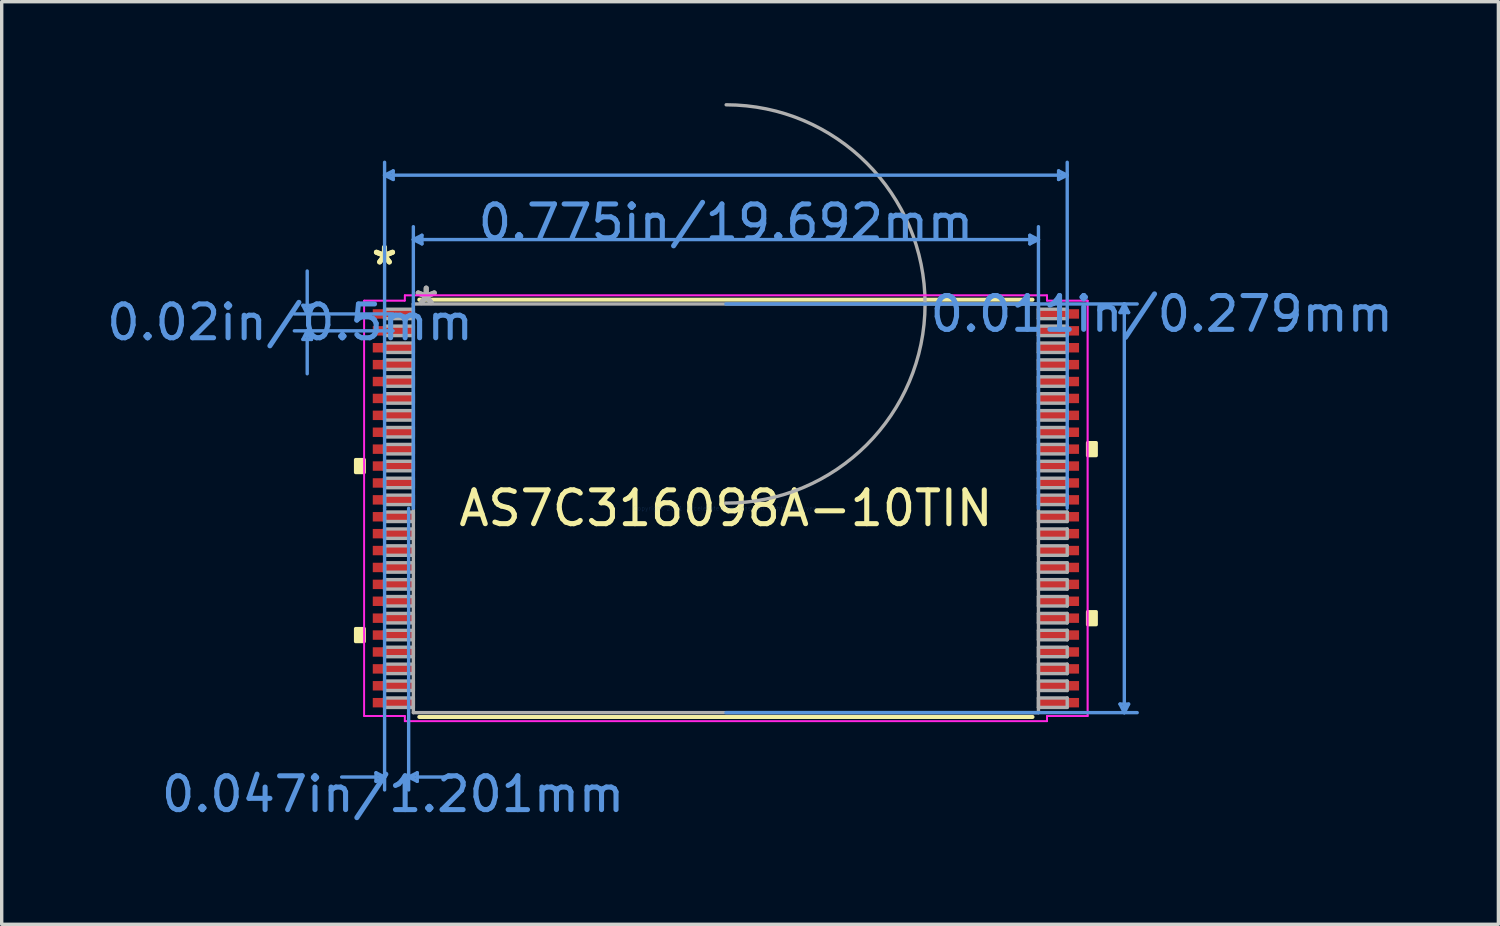
<source format=kicad_pcb>
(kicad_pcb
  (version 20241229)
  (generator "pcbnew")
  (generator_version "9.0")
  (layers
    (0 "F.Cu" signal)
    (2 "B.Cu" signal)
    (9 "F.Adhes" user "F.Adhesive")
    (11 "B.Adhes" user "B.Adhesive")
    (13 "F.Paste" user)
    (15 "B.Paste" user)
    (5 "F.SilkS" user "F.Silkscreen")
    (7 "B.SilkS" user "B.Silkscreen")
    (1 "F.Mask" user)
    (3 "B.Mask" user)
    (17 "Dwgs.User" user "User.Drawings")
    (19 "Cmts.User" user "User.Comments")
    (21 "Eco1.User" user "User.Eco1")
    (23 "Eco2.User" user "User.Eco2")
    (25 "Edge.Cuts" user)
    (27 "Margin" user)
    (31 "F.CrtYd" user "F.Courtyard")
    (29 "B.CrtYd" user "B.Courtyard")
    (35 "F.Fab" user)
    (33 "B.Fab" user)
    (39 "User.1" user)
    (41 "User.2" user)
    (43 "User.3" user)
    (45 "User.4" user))
  (footprint "AS7C316098A-10TIN"
    (layer "F.Cu")
    (at 18.424 11.987)
    (property "Reference" "AS7C316098A-10TIN" (at 0 0 0) (layer "F.SilkS") (effects (font (size 1 1) (thickness 0.15))))
    (attr through_hole)
    (fp_line (start -9.07 6.172) (end 9.07 6.172) (stroke (width 0.12) (type solid)) (layer "F.SilkS"))
    (fp_line (start 9.07 -6.172) (end -9.07 -6.172) (stroke (width 0.12) (type solid)) (layer "F.SilkS"))
    (fp_poly (pts (xy -10.954 -1.44) (xy -10.954 -1.06) (xy -10.7 -1.06) (xy -10.7 -1.44)) (stroke (width 0.1) (type solid)) (fill yes) (layer "F.SilkS"))
    (fp_poly (pts (xy -10.954 3.559) (xy -10.954 3.941) (xy -10.7 3.941) (xy -10.7 3.559)) (stroke (width 0.1) (type solid)) (fill yes) (layer "F.SilkS"))
    (fp_poly (pts (xy 10.954 -1.941) (xy 10.954 -1.56) (xy 10.7 -1.56) (xy 10.7 -1.941)) (stroke (width 0.1) (type solid)) (fill yes) (layer "F.SilkS"))
    (fp_poly (pts (xy 10.954 3.06) (xy 10.954 3.441) (xy 10.7 3.441) (xy 10.7 3.06)) (stroke (width 0.1) (type solid)) (fill yes) (layer "F.SilkS"))
    (fp_line (start -12.513 -6.004) (end -12.259 -6.004) (stroke (width 0.1) (type solid)) (layer "Cmts.User"))
    (fp_line (start -12.513 -4.996) (end -12.259 -4.996) (stroke (width 0.1) (type solid)) (layer "Cmts.User"))
    (fp_line (start -12.386 -5.75) (end -12.513 -6.004) (stroke (width 0.1) (type solid)) (layer "Cmts.User"))
    (fp_line (start -12.386 -5.75) (end -12.386 -7.02) (stroke (width 0.1) (type solid)) (layer "Cmts.User"))
    (fp_line (start -12.386 -5.75) (end -12.259 -6.004) (stroke (width 0.1) (type solid)) (layer "Cmts.User"))
    (fp_line (start -12.386 -5.25) (end -12.513 -4.996) (stroke (width 0.1) (type solid)) (layer "Cmts.User"))
    (fp_line (start -12.386 -5.25) (end -12.386 -3.98) (stroke (width 0.1) (type solid)) (layer "Cmts.User"))
    (fp_line (start -12.386 -5.25) (end -12.259 -4.996) (stroke (width 0.1) (type solid)) (layer "Cmts.User"))
    (fp_line (start -10.351 7.823) (end -10.351 8.077) (stroke (width 0.1) (type solid)) (layer "Cmts.User"))
    (fp_line (start -10.097 -9.855) (end -9.842 -9.982) (stroke (width 0.1) (type solid)) (layer "Cmts.User"))
    (fp_line (start -10.097 -9.855) (end -9.842 -9.728) (stroke (width 0.1) (type solid)) (layer "Cmts.User"))
    (fp_line (start -10.097 -9.855) (end 10.097 -9.855) (stroke (width 0.1) (type solid)) (layer "Cmts.User"))
    (fp_line (start -10.097 0) (end -10.097 -10.236) (stroke (width 0.1) (type solid)) (layer "Cmts.User"))
    (fp_line (start -10.097 0) (end -10.097 8.331) (stroke (width 0.1) (type solid)) (layer "Cmts.User"))
    (fp_line (start -10.097 7.95) (end -11.367 7.95) (stroke (width 0.1) (type solid)) (layer "Cmts.User"))
    (fp_line (start -10.097 7.95) (end -10.351 7.823) (stroke (width 0.1) (type solid)) (layer "Cmts.User"))
    (fp_line (start -10.097 7.95) (end -10.351 8.077) (stroke (width 0.1) (type solid)) (layer "Cmts.User"))
    (fp_line (start -9.846 -5.75) (end -12.767 -5.75) (stroke (width 0.1) (type solid)) (layer "Cmts.User"))
    (fp_line (start -9.846 -5.25) (end -12.767 -5.25) (stroke (width 0.1) (type solid)) (layer "Cmts.User"))
    (fp_line (start -9.842 -9.982) (end -9.842 -9.728) (stroke (width 0.1) (type solid)) (layer "Cmts.User"))
    (fp_line (start -9.385 0) (end -9.385 8.331) (stroke (width 0.1) (type solid)) (layer "Cmts.User"))
    (fp_line (start -9.385 7.95) (end -9.131 7.823) (stroke (width 0.1) (type solid)) (layer "Cmts.User"))
    (fp_line (start -9.385 7.95) (end -9.131 8.077) (stroke (width 0.1) (type solid)) (layer "Cmts.User"))
    (fp_line (start -9.385 7.95) (end -8.115 7.95) (stroke (width 0.1) (type solid)) (layer "Cmts.User"))
    (fp_line (start -9.246 -7.95) (end -8.992 -8.077) (stroke (width 0.1) (type solid)) (layer "Cmts.User"))
    (fp_line (start -9.246 -7.95) (end -8.992 -7.823) (stroke (width 0.1) (type solid)) (layer "Cmts.User"))
    (fp_line (start -9.246 -7.95) (end 9.246 -7.95) (stroke (width 0.1) (type solid)) (layer "Cmts.User"))
    (fp_line (start -9.246 0) (end -9.246 -8.331) (stroke (width 0.1) (type solid)) (layer "Cmts.User"))
    (fp_line (start -9.131 7.823) (end -9.131 8.077) (stroke (width 0.1) (type solid)) (layer "Cmts.User"))
    (fp_line (start -8.992 -8.077) (end -8.992 -7.823) (stroke (width 0.1) (type solid)) (layer "Cmts.User"))
    (fp_line (start 0 -6.045) (end 12.167 -6.045) (stroke (width 0.1) (type solid)) (layer "Cmts.User"))
    (fp_line (start 0 6.045) (end 12.167 6.045) (stroke (width 0.1) (type solid)) (layer "Cmts.User"))
    (fp_line (start 8.992 -8.077) (end 8.992 -7.823) (stroke (width 0.1) (type solid)) (layer "Cmts.User"))
    (fp_line (start 9.246 -7.95) (end 8.992 -8.077) (stroke (width 0.1) (type solid)) (layer "Cmts.User"))
    (fp_line (start 9.246 -7.95) (end 8.992 -7.823) (stroke (width 0.1) (type solid)) (layer "Cmts.User"))
    (fp_line (start 9.246 0) (end 9.246 -8.331) (stroke (width 0.1) (type solid)) (layer "Cmts.User"))
    (fp_line (start 9.842 -9.982) (end 9.842 -9.728) (stroke (width 0.1) (type solid)) (layer "Cmts.User"))
    (fp_line (start 10.097 -9.855) (end 9.842 -9.982) (stroke (width 0.1) (type solid)) (layer "Cmts.User"))
    (fp_line (start 10.097 -9.855) (end 9.842 -9.728) (stroke (width 0.1) (type solid)) (layer "Cmts.User"))
    (fp_line (start 10.097 0) (end 10.097 -10.236) (stroke (width 0.1) (type solid)) (layer "Cmts.User"))
    (fp_line (start 11.659 -5.791) (end 11.913 -5.791) (stroke (width 0.1) (type solid)) (layer "Cmts.User"))
    (fp_line (start 11.659 5.791) (end 11.913 5.791) (stroke (width 0.1) (type solid)) (layer "Cmts.User"))
    (fp_line (start 11.786 -6.045) (end 11.659 -5.791) (stroke (width 0.1) (type solid)) (layer "Cmts.User"))
    (fp_line (start 11.786 -6.045) (end 11.786 6.045) (stroke (width 0.1) (type solid)) (layer "Cmts.User"))
    (fp_line (start 11.786 -6.045) (end 11.913 -5.791) (stroke (width 0.1) (type solid)) (layer "Cmts.User"))
    (fp_line (start 11.786 6.045) (end 11.659 5.791) (stroke (width 0.1) (type solid)) (layer "Cmts.User"))
    (fp_line (start 11.786 6.045) (end 11.913 5.791) (stroke (width 0.1) (type solid)) (layer "Cmts.User"))
    (fp_line (start -10.7 -6.144) (end -9.5 -6.144) (stroke (width 0.05) (type solid)) (layer "F.CrtYd"))
    (fp_line (start -10.7 -6.144) (end -9.5 -6.144) (stroke (width 0.05) (type solid)) (layer "F.CrtYd"))
    (fp_line (start -10.7 6.144) (end -10.7 -6.144) (stroke (width 0.05) (type solid)) (layer "F.CrtYd"))
    (fp_line (start -10.7 6.144) (end -10.7 -6.144) (stroke (width 0.05) (type solid)) (layer "F.CrtYd"))
    (fp_line (start -10.7 6.144) (end -9.5 6.144) (stroke (width 0.05) (type solid)) (layer "F.CrtYd"))
    (fp_line (start -9.5 -6.299) (end 9.5 -6.299) (stroke (width 0.05) (type solid)) (layer "F.CrtYd"))
    (fp_line (start -9.5 -6.299) (end 9.5 -6.299) (stroke (width 0.05) (type solid)) (layer "F.CrtYd"))
    (fp_line (start -9.5 -6.144) (end -9.5 -6.299) (stroke (width 0.05) (type solid)) (layer "F.CrtYd"))
    (fp_line (start -9.5 -6.144) (end -9.5 -6.299) (stroke (width 0.05) (type solid)) (layer "F.CrtYd"))
    (fp_line (start -9.5 6.144) (end -10.7 6.144) (stroke (width 0.05) (type solid)) (layer "F.CrtYd"))
    (fp_line (start -9.5 6.299) (end -9.5 6.144) (stroke (width 0.05) (type solid)) (layer "F.CrtYd"))
    (fp_line (start -9.5 6.299) (end -9.5 6.144) (stroke (width 0.05) (type solid)) (layer "F.CrtYd"))
    (fp_line (start 9.5 -6.299) (end 9.5 -6.144) (stroke (width 0.05) (type solid)) (layer "F.CrtYd"))
    (fp_line (start 9.5 -6.299) (end 9.5 -6.144) (stroke (width 0.05) (type solid)) (layer "F.CrtYd"))
    (fp_line (start 9.5 -6.144) (end 10.7 -6.144) (stroke (width 0.05) (type solid)) (layer "F.CrtYd"))
    (fp_line (start 9.5 6.144) (end 9.5 6.299) (stroke (width 0.05) (type solid)) (layer "F.CrtYd"))
    (fp_line (start 9.5 6.144) (end 9.5 6.299) (stroke (width 0.05) (type solid)) (layer "F.CrtYd"))
    (fp_line (start 9.5 6.299) (end -9.5 6.299) (stroke (width 0.05) (type solid)) (layer "F.CrtYd"))
    (fp_line (start 9.5 6.299) (end -9.5 6.299) (stroke (width 0.05) (type solid)) (layer "F.CrtYd"))
    (fp_line (start 10.7 -6.144) (end 9.5 -6.144) (stroke (width 0.05) (type solid)) (layer "F.CrtYd"))
    (fp_line (start 10.7 -6.144) (end 10.7 6.144) (stroke (width 0.05) (type solid)) (layer "F.CrtYd"))
    (fp_line (start 10.7 -6.144) (end 10.7 6.144) (stroke (width 0.05) (type solid)) (layer "F.CrtYd"))
    (fp_line (start 10.7 6.144) (end 9.5 6.144) (stroke (width 0.05) (type solid)) (layer "F.CrtYd"))
    (fp_line (start 10.7 6.144) (end 9.5 6.144) (stroke (width 0.05) (type solid)) (layer "F.CrtYd"))
    (fp_line (start -10.097 -5.89) (end -10.097 -5.61) (stroke (width 0.1) (type solid)) (layer "F.Fab"))
    (fp_line (start -10.097 -5.61) (end -9.246 -5.61) (stroke (width 0.1) (type solid)) (layer "F.Fab"))
    (fp_line (start -10.097 -5.39) (end -10.097 -5.11) (stroke (width 0.1) (type solid)) (layer "F.Fab"))
    (fp_line (start -10.097 -5.11) (end -9.246 -5.11) (stroke (width 0.1) (type solid)) (layer "F.Fab"))
    (fp_line (start -10.097 -4.89) (end -10.097 -4.61) (stroke (width 0.1) (type solid)) (layer "F.Fab"))
    (fp_line (start -10.097 -4.61) (end -9.246 -4.61) (stroke (width 0.1) (type solid)) (layer "F.Fab"))
    (fp_line (start -10.097 -4.39) (end -10.097 -4.11) (stroke (width 0.1) (type solid)) (layer "F.Fab"))
    (fp_line (start -10.097 -4.11) (end -9.246 -4.11) (stroke (width 0.1) (type solid)) (layer "F.Fab"))
    (fp_line (start -10.097 -3.89) (end -10.097 -3.61) (stroke (width 0.1) (type solid)) (layer "F.Fab"))
    (fp_line (start -10.097 -3.61) (end -9.246 -3.61) (stroke (width 0.1) (type solid)) (layer "F.Fab"))
    (fp_line (start -10.097 -3.39) (end -10.097 -3.11) (stroke (width 0.1) (type solid)) (layer "F.Fab"))
    (fp_line (start -10.097 -3.11) (end -9.246 -3.11) (stroke (width 0.1) (type solid)) (layer "F.Fab"))
    (fp_line (start -10.097 -2.89) (end -10.097 -2.61) (stroke (width 0.1) (type solid)) (layer "F.Fab"))
    (fp_line (start -10.097 -2.61) (end -9.246 -2.61) (stroke (width 0.1) (type solid)) (layer "F.Fab"))
    (fp_line (start -10.097 -2.39) (end -10.097 -2.11) (stroke (width 0.1) (type solid)) (layer "F.Fab"))
    (fp_line (start -10.097 -2.11) (end -9.246 -2.11) (stroke (width 0.1) (type solid)) (layer "F.Fab"))
    (fp_line (start -10.097 -1.89) (end -10.097 -1.61) (stroke (width 0.1) (type solid)) (layer "F.Fab"))
    (fp_line (start -10.097 -1.61) (end -9.246 -1.61) (stroke (width 0.1) (type solid)) (layer "F.Fab"))
    (fp_line (start -10.097 -1.39) (end -10.097 -1.11) (stroke (width 0.1) (type solid)) (layer "F.Fab"))
    (fp_line (start -10.097 -1.11) (end -9.246 -1.11) (stroke (width 0.1) (type solid)) (layer "F.Fab"))
    (fp_line (start -10.097 -0.89) (end -10.097 -0.61) (stroke (width 0.1) (type solid)) (layer "F.Fab"))
    (fp_line (start -10.097 -0.61) (end -9.246 -0.61) (stroke (width 0.1) (type solid)) (layer "F.Fab"))
    (fp_line (start -10.097 -0.39) (end -10.097 -0.11) (stroke (width 0.1) (type solid)) (layer "F.Fab"))
    (fp_line (start -10.097 -0.11) (end -9.246 -0.11) (stroke (width 0.1) (type solid)) (layer "F.Fab"))
    (fp_line (start -10.097 0.11) (end -10.097 0.39) (stroke (width 0.1) (type solid)) (layer "F.Fab"))
    (fp_line (start -10.097 0.39) (end -9.246 0.39) (stroke (width 0.1) (type solid)) (layer "F.Fab"))
    (fp_line (start -10.097 0.61) (end -10.097 0.89) (stroke (width 0.1) (type solid)) (layer "F.Fab"))
    (fp_line (start -10.097 0.89) (end -9.246 0.89) (stroke (width 0.1) (type solid)) (layer "F.Fab"))
    (fp_line (start -10.097 1.11) (end -10.097 1.39) (stroke (width 0.1) (type solid)) (layer "F.Fab"))
    (fp_line (start -10.097 1.39) (end -9.246 1.39) (stroke (width 0.1) (type solid)) (layer "F.Fab"))
    (fp_line (start -10.097 1.61) (end -10.097 1.89) (stroke (width 0.1) (type solid)) (layer "F.Fab"))
    (fp_line (start -10.097 1.89) (end -9.246 1.89) (stroke (width 0.1) (type solid)) (layer "F.Fab"))
    (fp_line (start -10.097 2.11) (end -10.097 2.39) (stroke (width 0.1) (type solid)) (layer "F.Fab"))
    (fp_line (start -10.097 2.39) (end -9.246 2.39) (stroke (width 0.1) (type solid)) (layer "F.Fab"))
    (fp_line (start -10.097 2.61) (end -10.097 2.89) (stroke (width 0.1) (type solid)) (layer "F.Fab"))
    (fp_line (start -10.097 2.89) (end -9.246 2.89) (stroke (width 0.1) (type solid)) (layer "F.Fab"))
    (fp_line (start -10.097 3.11) (end -10.097 3.39) (stroke (width 0.1) (type solid)) (layer "F.Fab"))
    (fp_line (start -10.097 3.39) (end -9.246 3.39) (stroke (width 0.1) (type solid)) (layer "F.Fab"))
    (fp_line (start -10.097 3.61) (end -10.097 3.89) (stroke (width 0.1) (type solid)) (layer "F.Fab"))
    (fp_line (start -10.097 3.89) (end -9.246 3.89) (stroke (width 0.1) (type solid)) (layer "F.Fab"))
    (fp_line (start -10.097 4.11) (end -10.097 4.39) (stroke (width 0.1) (type solid)) (layer "F.Fab"))
    (fp_line (start -10.097 4.39) (end -9.246 4.39) (stroke (width 0.1) (type solid)) (layer "F.Fab"))
    (fp_line (start -10.097 4.61) (end -10.097 4.89) (stroke (width 0.1) (type solid)) (layer "F.Fab"))
    (fp_line (start -10.097 4.89) (end -9.246 4.89) (stroke (width 0.1) (type solid)) (layer "F.Fab"))
    (fp_line (start -10.097 5.11) (end -10.097 5.39) (stroke (width 0.1) (type solid)) (layer "F.Fab"))
    (fp_line (start -10.097 5.39) (end -9.246 5.39) (stroke (width 0.1) (type solid)) (layer "F.Fab"))
    (fp_line (start -10.097 5.61) (end -10.097 5.89) (stroke (width 0.1) (type solid)) (layer "F.Fab"))
    (fp_line (start -10.097 5.89) (end -9.246 5.89) (stroke (width 0.1) (type solid)) (layer "F.Fab"))
    (fp_line (start -9.246 -6.045) (end -9.246 6.045) (stroke (width 0.1) (type solid)) (layer "F.Fab"))
    (fp_line (start -9.246 -5.89) (end -10.097 -5.89) (stroke (width 0.1) (type solid)) (layer "F.Fab"))
    (fp_line (start -9.246 -5.61) (end -9.246 -5.89) (stroke (width 0.1) (type solid)) (layer "F.Fab"))
    (fp_line (start -9.246 -5.39) (end -10.097 -5.39) (stroke (width 0.1) (type solid)) (layer "F.Fab"))
    (fp_line (start -9.246 -5.11) (end -9.246 -5.39) (stroke (width 0.1) (type solid)) (layer "F.Fab"))
    (fp_line (start -9.246 -4.89) (end -10.097 -4.89) (stroke (width 0.1) (type solid)) (layer "F.Fab"))
    (fp_line (start -9.246 -4.61) (end -9.246 -4.89) (stroke (width 0.1) (type solid)) (layer "F.Fab"))
    (fp_line (start -9.246 -4.39) (end -10.097 -4.39) (stroke (width 0.1) (type solid)) (layer "F.Fab"))
    (fp_line (start -9.246 -4.11) (end -9.246 -4.39) (stroke (width 0.1) (type solid)) (layer "F.Fab"))
    (fp_line (start -9.246 -3.89) (end -10.097 -3.89) (stroke (width 0.1) (type solid)) (layer "F.Fab"))
    (fp_line (start -9.246 -3.61) (end -9.246 -3.89) (stroke (width 0.1) (type solid)) (layer "F.Fab"))
    (fp_line (start -9.246 -3.39) (end -10.097 -3.39) (stroke (width 0.1) (type solid)) (layer "F.Fab"))
    (fp_line (start -9.246 -3.11) (end -9.246 -3.39) (stroke (width 0.1) (type solid)) (layer "F.Fab"))
    (fp_line (start -9.246 -2.89) (end -10.097 -2.89) (stroke (width 0.1) (type solid)) (layer "F.Fab"))
    (fp_line (start -9.246 -2.61) (end -9.246 -2.89) (stroke (width 0.1) (type solid)) (layer "F.Fab"))
    (fp_line (start -9.246 -2.39) (end -10.097 -2.39) (stroke (width 0.1) (type solid)) (layer "F.Fab"))
    (fp_line (start -9.246 -2.11) (end -9.246 -2.39) (stroke (width 0.1) (type solid)) (layer "F.Fab"))
    (fp_line (start -9.246 -1.89) (end -10.097 -1.89) (stroke (width 0.1) (type solid)) (layer "F.Fab"))
    (fp_line (start -9.246 -1.61) (end -9.246 -1.89) (stroke (width 0.1) (type solid)) (layer "F.Fab"))
    (fp_line (start -9.246 -1.39) (end -10.097 -1.39) (stroke (width 0.1) (type solid)) (layer "F.Fab"))
    (fp_line (start -9.246 -1.11) (end -9.246 -1.39) (stroke (width 0.1) (type solid)) (layer "F.Fab"))
    (fp_line (start -9.246 -0.89) (end -10.097 -0.89) (stroke (width 0.1) (type solid)) (layer "F.Fab"))
    (fp_line (start -9.246 -0.61) (end -9.246 -0.89) (stroke (width 0.1) (type solid)) (layer "F.Fab"))
    (fp_line (start -9.246 -0.39) (end -10.097 -0.39) (stroke (width 0.1) (type solid)) (layer "F.Fab"))
    (fp_line (start -9.246 -0.11) (end -9.246 -0.39) (stroke (width 0.1) (type solid)) (layer "F.Fab"))
    (fp_line (start -9.246 0.11) (end -10.097 0.11) (stroke (width 0.1) (type solid)) (layer "F.Fab"))
    (fp_line (start -9.246 0.39) (end -9.246 0.11) (stroke (width 0.1) (type solid)) (layer "F.Fab"))
    (fp_line (start -9.246 0.61) (end -10.097 0.61) (stroke (width 0.1) (type solid)) (layer "F.Fab"))
    (fp_line (start -9.246 0.89) (end -9.246 0.61) (stroke (width 0.1) (type solid)) (layer "F.Fab"))
    (fp_line (start -9.246 1.11) (end -10.097 1.11) (stroke (width 0.1) (type solid)) (layer "F.Fab"))
    (fp_line (start -9.246 1.39) (end -9.246 1.11) (stroke (width 0.1) (type solid)) (layer "F.Fab"))
    (fp_line (start -9.246 1.61) (end -10.097 1.61) (stroke (width 0.1) (type solid)) (layer "F.Fab"))
    (fp_line (start -9.246 1.89) (end -9.246 1.61) (stroke (width 0.1) (type solid)) (layer "F.Fab"))
    (fp_line (start -9.246 2.11) (end -10.097 2.11) (stroke (width 0.1) (type solid)) (layer "F.Fab"))
    (fp_line (start -9.246 2.39) (end -9.246 2.11) (stroke (width 0.1) (type solid)) (layer "F.Fab"))
    (fp_line (start -9.246 2.61) (end -10.097 2.61) (stroke (width 0.1) (type solid)) (layer "F.Fab"))
    (fp_line (start -9.246 2.89) (end -9.246 2.61) (stroke (width 0.1) (type solid)) (layer "F.Fab"))
    (fp_line (start -9.246 3.11) (end -10.097 3.11) (stroke (width 0.1) (type solid)) (layer "F.Fab"))
    (fp_line (start -9.246 3.39) (end -9.246 3.11) (stroke (width 0.1) (type solid)) (layer "F.Fab"))
    (fp_line (start -9.246 3.61) (end -10.097 3.61) (stroke (width 0.1) (type solid)) (layer "F.Fab"))
    (fp_line (start -9.246 3.89) (end -9.246 3.61) (stroke (width 0.1) (type solid)) (layer "F.Fab"))
    (fp_line (start -9.246 4.11) (end -10.097 4.11) (stroke (width 0.1) (type solid)) (layer "F.Fab"))
    (fp_line (start -9.246 4.39) (end -9.246 4.11) (stroke (width 0.1) (type solid)) (layer "F.Fab"))
    (fp_line (start -9.246 4.61) (end -10.097 4.61) (stroke (width 0.1) (type solid)) (layer "F.Fab"))
    (fp_line (start -9.246 4.89) (end -9.246 4.61) (stroke (width 0.1) (type solid)) (layer "F.Fab"))
    (fp_line (start -9.246 5.11) (end -10.097 5.11) (stroke (width 0.1) (type solid)) (layer "F.Fab"))
    (fp_line (start -9.246 5.39) (end -9.246 5.11) (stroke (width 0.1) (type solid)) (layer "F.Fab"))
    (fp_line (start -9.246 5.61) (end -10.097 5.61) (stroke (width 0.1) (type solid)) (layer "F.Fab"))
    (fp_line (start -9.246 5.89) (end -9.246 5.61) (stroke (width 0.1) (type solid)) (layer "F.Fab"))
    (fp_line (start -9.246 6.045) (end 9.246 6.045) (stroke (width 0.1) (type solid)) (layer "F.Fab"))
    (fp_line (start 9.246 -6.045) (end -9.246 -6.045) (stroke (width 0.1) (type solid)) (layer "F.Fab"))
    (fp_line (start 9.246 -5.89) (end 9.246 -5.61) (stroke (width 0.1) (type solid)) (layer "F.Fab"))
    (fp_line (start 9.246 -5.61) (end 10.097 -5.61) (stroke (width 0.1) (type solid)) (layer "F.Fab"))
    (fp_line (start 9.246 -5.39) (end 9.246 -5.11) (stroke (width 0.1) (type solid)) (layer "F.Fab"))
    (fp_line (start 9.246 -5.11) (end 10.097 -5.11) (stroke (width 0.1) (type solid)) (layer "F.Fab"))
    (fp_line (start 9.246 -4.89) (end 9.246 -4.61) (stroke (width 0.1) (type solid)) (layer "F.Fab"))
    (fp_line (start 9.246 -4.61) (end 10.097 -4.61) (stroke (width 0.1) (type solid)) (layer "F.Fab"))
    (fp_line (start 9.246 -4.39) (end 9.246 -4.11) (stroke (width 0.1) (type solid)) (layer "F.Fab"))
    (fp_line (start 9.246 -4.11) (end 10.097 -4.11) (stroke (width 0.1) (type solid)) (layer "F.Fab"))
    (fp_line (start 9.246 -3.89) (end 9.246 -3.61) (stroke (width 0.1) (type solid)) (layer "F.Fab"))
    (fp_line (start 9.246 -3.61) (end 10.097 -3.61) (stroke (width 0.1) (type solid)) (layer "F.Fab"))
    (fp_line (start 9.246 -3.39) (end 9.246 -3.11) (stroke (width 0.1) (type solid)) (layer "F.Fab"))
    (fp_line (start 9.246 -3.11) (end 10.097 -3.11) (stroke (width 0.1) (type solid)) (layer "F.Fab"))
    (fp_line (start 9.246 -2.89) (end 9.246 -2.61) (stroke (width 0.1) (type solid)) (layer "F.Fab"))
    (fp_line (start 9.246 -2.61) (end 10.097 -2.61) (stroke (width 0.1) (type solid)) (layer "F.Fab"))
    (fp_line (start 9.246 -2.39) (end 9.246 -2.11) (stroke (width 0.1) (type solid)) (layer "F.Fab"))
    (fp_line (start 9.246 -2.11) (end 10.097 -2.11) (stroke (width 0.1) (type solid)) (layer "F.Fab"))
    (fp_line (start 9.246 -1.89) (end 9.246 -1.61) (stroke (width 0.1) (type solid)) (layer "F.Fab"))
    (fp_line (start 9.246 -1.61) (end 10.097 -1.61) (stroke (width 0.1) (type solid)) (layer "F.Fab"))
    (fp_line (start 9.246 -1.39) (end 9.246 -1.11) (stroke (width 0.1) (type solid)) (layer "F.Fab"))
    (fp_line (start 9.246 -1.11) (end 10.097 -1.11) (stroke (width 0.1) (type solid)) (layer "F.Fab"))
    (fp_line (start 9.246 -0.89) (end 9.246 -0.61) (stroke (width 0.1) (type solid)) (layer "F.Fab"))
    (fp_line (start 9.246 -0.61) (end 10.097 -0.61) (stroke (width 0.1) (type solid)) (layer "F.Fab"))
    (fp_line (start 9.246 -0.39) (end 9.246 -0.11) (stroke (width 0.1) (type solid)) (layer "F.Fab"))
    (fp_line (start 9.246 -0.11) (end 10.097 -0.11) (stroke (width 0.1) (type solid)) (layer "F.Fab"))
    (fp_line (start 9.246 0.11) (end 9.246 0.39) (stroke (width 0.1) (type solid)) (layer "F.Fab"))
    (fp_line (start 9.246 0.39) (end 10.097 0.39) (stroke (width 0.1) (type solid)) (layer "F.Fab"))
    (fp_line (start 9.246 0.61) (end 9.246 0.89) (stroke (width 0.1) (type solid)) (layer "F.Fab"))
    (fp_line (start 9.246 0.89) (end 10.097 0.89) (stroke (width 0.1) (type solid)) (layer "F.Fab"))
    (fp_line (start 9.246 1.11) (end 9.246 1.39) (stroke (width 0.1) (type solid)) (layer "F.Fab"))
    (fp_line (start 9.246 1.39) (end 10.097 1.39) (stroke (width 0.1) (type solid)) (layer "F.Fab"))
    (fp_line (start 9.246 1.61) (end 9.246 1.89) (stroke (width 0.1) (type solid)) (layer "F.Fab"))
    (fp_line (start 9.246 1.89) (end 10.097 1.89) (stroke (width 0.1) (type solid)) (layer "F.Fab"))
    (fp_line (start 9.246 2.11) (end 9.246 2.39) (stroke (width 0.1) (type solid)) (layer "F.Fab"))
    (fp_line (start 9.246 2.39) (end 10.097 2.39) (stroke (width 0.1) (type solid)) (layer "F.Fab"))
    (fp_line (start 9.246 2.61) (end 9.246 2.89) (stroke (width 0.1) (type solid)) (layer "F.Fab"))
    (fp_line (start 9.246 2.89) (end 10.097 2.89) (stroke (width 0.1) (type solid)) (layer "F.Fab"))
    (fp_line (start 9.246 3.11) (end 9.246 3.39) (stroke (width 0.1) (type solid)) (layer "F.Fab"))
    (fp_line (start 9.246 3.39) (end 10.097 3.39) (stroke (width 0.1) (type solid)) (layer "F.Fab"))
    (fp_line (start 9.246 3.61) (end 9.246 3.89) (stroke (width 0.1) (type solid)) (layer "F.Fab"))
    (fp_line (start 9.246 3.89) (end 10.097 3.89) (stroke (width 0.1) (type solid)) (layer "F.Fab"))
    (fp_line (start 9.246 4.11) (end 9.246 4.39) (stroke (width 0.1) (type solid)) (layer "F.Fab"))
    (fp_line (start 9.246 4.39) (end 10.097 4.39) (stroke (width 0.1) (type solid)) (layer "F.Fab"))
    (fp_line (start 9.246 4.61) (end 9.246 4.89) (stroke (width 0.1) (type solid)) (layer "F.Fab"))
    (fp_line (start 9.246 4.89) (end 10.097 4.89) (stroke (width 0.1) (type solid)) (layer "F.Fab"))
    (fp_line (start 9.246 5.11) (end 9.246 5.39) (stroke (width 0.1) (type solid)) (layer "F.Fab"))
    (fp_line (start 9.246 5.39) (end 10.097 5.39) (stroke (width 0.1) (type solid)) (layer "F.Fab"))
    (fp_line (start 9.246 5.61) (end 9.246 5.89) (stroke (width 0.1) (type solid)) (layer "F.Fab"))
    (fp_line (start 9.246 5.89) (end 10.097 5.89) (stroke (width 0.1) (type solid)) (layer "F.Fab"))
    (fp_line (start 9.246 6.045) (end 9.246 -6.045) (stroke (width 0.1) (type solid)) (layer "F.Fab"))
    (fp_line (start 10.097 -5.89) (end 9.246 -5.89) (stroke (width 0.1) (type solid)) (layer "F.Fab"))
    (fp_line (start 10.097 -5.61) (end 10.097 -5.89) (stroke (width 0.1) (type solid)) (layer "F.Fab"))
    (fp_line (start 10.097 -5.39) (end 9.246 -5.39) (stroke (width 0.1) (type solid)) (layer "F.Fab"))
    (fp_line (start 10.097 -5.11) (end 10.097 -5.39) (stroke (width 0.1) (type solid)) (layer "F.Fab"))
    (fp_line (start 10.097 -4.89) (end 9.246 -4.89) (stroke (width 0.1) (type solid)) (layer "F.Fab"))
    (fp_line (start 10.097 -4.61) (end 10.097 -4.89) (stroke (width 0.1) (type solid)) (layer "F.Fab"))
    (fp_line (start 10.097 -4.39) (end 9.246 -4.39) (stroke (width 0.1) (type solid)) (layer "F.Fab"))
    (fp_line (start 10.097 -4.11) (end 10.097 -4.39) (stroke (width 0.1) (type solid)) (layer "F.Fab"))
    (fp_line (start 10.097 -3.89) (end 9.246 -3.89) (stroke (width 0.1) (type solid)) (layer "F.Fab"))
    (fp_line (start 10.097 -3.61) (end 10.097 -3.89) (stroke (width 0.1) (type solid)) (layer "F.Fab"))
    (fp_line (start 10.097 -3.39) (end 9.246 -3.39) (stroke (width 0.1) (type solid)) (layer "F.Fab"))
    (fp_line (start 10.097 -3.11) (end 10.097 -3.39) (stroke (width 0.1) (type solid)) (layer "F.Fab"))
    (fp_line (start 10.097 -2.89) (end 9.246 -2.89) (stroke (width 0.1) (type solid)) (layer "F.Fab"))
    (fp_line (start 10.097 -2.61) (end 10.097 -2.89) (stroke (width 0.1) (type solid)) (layer "F.Fab"))
    (fp_line (start 10.097 -2.39) (end 9.246 -2.39) (stroke (width 0.1) (type solid)) (layer "F.Fab"))
    (fp_line (start 10.097 -2.11) (end 10.097 -2.39) (stroke (width 0.1) (type solid)) (layer "F.Fab"))
    (fp_line (start 10.097 -1.89) (end 9.246 -1.89) (stroke (width 0.1) (type solid)) (layer "F.Fab"))
    (fp_line (start 10.097 -1.61) (end 10.097 -1.89) (stroke (width 0.1) (type solid)) (layer "F.Fab"))
    (fp_line (start 10.097 -1.39) (end 9.246 -1.39) (stroke (width 0.1) (type solid)) (layer "F.Fab"))
    (fp_line (start 10.097 -1.11) (end 10.097 -1.39) (stroke (width 0.1) (type solid)) (layer "F.Fab"))
    (fp_line (start 10.097 -0.89) (end 9.246 -0.89) (stroke (width 0.1) (type solid)) (layer "F.Fab"))
    (fp_line (start 10.097 -0.61) (end 10.097 -0.89) (stroke (width 0.1) (type solid)) (layer "F.Fab"))
    (fp_line (start 10.097 -0.39) (end 9.246 -0.39) (stroke (width 0.1) (type solid)) (layer "F.Fab"))
    (fp_line (start 10.097 -0.11) (end 10.097 -0.39) (stroke (width 0.1) (type solid)) (layer "F.Fab"))
    (fp_line (start 10.097 0.11) (end 9.246 0.11) (stroke (width 0.1) (type solid)) (layer "F.Fab"))
    (fp_line (start 10.097 0.39) (end 10.097 0.11) (stroke (width 0.1) (type solid)) (layer "F.Fab"))
    (fp_line (start 10.097 0.61) (end 9.246 0.61) (stroke (width 0.1) (type solid)) (layer "F.Fab"))
    (fp_line (start 10.097 0.89) (end 10.097 0.61) (stroke (width 0.1) (type solid)) (layer "F.Fab"))
    (fp_line (start 10.097 1.11) (end 9.246 1.11) (stroke (width 0.1) (type solid)) (layer "F.Fab"))
    (fp_line (start 10.097 1.39) (end 10.097 1.11) (stroke (width 0.1) (type solid)) (layer "F.Fab"))
    (fp_line (start 10.097 1.61) (end 9.246 1.61) (stroke (width 0.1) (type solid)) (layer "F.Fab"))
    (fp_line (start 10.097 1.89) (end 10.097 1.61) (stroke (width 0.1) (type solid)) (layer "F.Fab"))
    (fp_line (start 10.097 2.11) (end 9.246 2.11) (stroke (width 0.1) (type solid)) (layer "F.Fab"))
    (fp_line (start 10.097 2.39) (end 10.097 2.11) (stroke (width 0.1) (type solid)) (layer "F.Fab"))
    (fp_line (start 10.097 2.61) (end 9.246 2.61) (stroke (width 0.1) (type solid)) (layer "F.Fab"))
    (fp_line (start 10.097 2.89) (end 10.097 2.61) (stroke (width 0.1) (type solid)) (layer "F.Fab"))
    (fp_line (start 10.097 3.11) (end 9.246 3.11) (stroke (width 0.1) (type solid)) (layer "F.Fab"))
    (fp_line (start 10.097 3.39) (end 10.097 3.11) (stroke (width 0.1) (type solid)) (layer "F.Fab"))
    (fp_line (start 10.097 3.61) (end 9.246 3.61) (stroke (width 0.1) (type solid)) (layer "F.Fab"))
    (fp_line (start 10.097 3.89) (end 10.097 3.61) (stroke (width 0.1) (type solid)) (layer "F.Fab"))
    (fp_line (start 10.097 4.11) (end 9.246 4.11) (stroke (width 0.1) (type solid)) (layer "F.Fab"))
    (fp_line (start 10.097 4.39) (end 10.097 4.11) (stroke (width 0.1) (type solid)) (layer "F.Fab"))
    (fp_line (start 10.097 4.61) (end 9.246 4.61) (stroke (width 0.1) (type solid)) (layer "F.Fab"))
    (fp_line (start 10.097 4.89) (end 10.097 4.61) (stroke (width 0.1) (type solid)) (layer "F.Fab"))
    (fp_line (start 10.097 5.11) (end 9.246 5.11) (stroke (width 0.1) (type solid)) (layer "F.Fab"))
    (fp_line (start 10.097 5.39) (end 10.097 5.11) (stroke (width 0.1) (type solid)) (layer "F.Fab"))
    (fp_line (start 10.097 5.61) (end 9.246 5.61) (stroke (width 0.1) (type solid)) (layer "F.Fab"))
    (fp_line (start 10.097 5.89) (end 10.097 5.61) (stroke (width 0.1) (type solid)) (layer "F.Fab"))
    (fp_arc (start 0.007742 -11.936852) (mid 5.891652 -6.037458) (end -0.007742 -0.153548) (stroke (width 0.1) (type solid)) (layer "F.Fab"))
    (fp_text user "*" (at -10.1 -7.172 0) (layer "F.SilkS") (effects (font (size 1 1) (thickness 0.15))))
    (fp_text user "*" (at -10.1 -7.172 0) (layer "F.SilkS") (effects (font (size 1 1) (thickness 0.15))))
    (fp_text user "0.047in/1.201mm" (at -9.846 8.458 0) (layer "Cmts.User") (effects (font (size 1 1) (thickness 0.15))))
    (fp_text user "Copyright 2021 Accelerated Designs. All rights reserved." (at 0 0 0) (layer "Cmts.User") (effects (font (size 0.127 0.127) (thickness 0.002))))
    (fp_text user "0.011in/0.279mm" (at 12.894 -5.75 0) (layer "Cmts.User") (effects (font (size 1 1) (thickness 0.15))))
    (fp_text user "0.02in/0.5mm" (at -12.894 -5.5 0) (layer "Cmts.User") (effects (font (size 1 1) (thickness 0.15))))
    (fp_text user "0.775in/19.692mm" (at 0 -8.458 0) (layer "Cmts.User") (effects (font (size 1 1) (thickness 0.15))))
    (fp_text user "*" (at -8.865 -5.969 0) (layer "F.Fab") (effects (font (size 1 1) (thickness 0.15))))
    (fp_text user "*" (at -8.865 -5.969 0) (layer "F.Fab") (effects (font (size 1 1) (thickness 0.15))))
    (pad "1" smd rect (at -9.846 -5.75) (size 1.201 0.279) (layers "F.Cu" "F.Mask" "F.Paste"))
    (pad "2" smd rect (at -9.846 -5.25) (size 1.201 0.279) (layers "F.Cu" "F.Mask" "F.Paste"))
    (pad "3" smd rect (at -9.846 -4.75) (size 1.201 0.279) (layers "F.Cu" "F.Mask" "F.Paste"))
    (pad "4" smd rect (at -9.846 -4.25) (size 1.201 0.279) (layers "F.Cu" "F.Mask" "F.Paste"))
    (pad "5" smd rect (at -9.846 -3.75) (size 1.201 0.279) (layers "F.Cu" "F.Mask" "F.Paste"))
    (pad "6" smd rect (at -9.846 -3.25) (size 1.201 0.279) (layers "F.Cu" "F.Mask" "F.Paste"))
    (pad "7" smd rect (at -9.846 -2.75) (size 1.201 0.279) (layers "F.Cu" "F.Mask" "F.Paste"))
    (pad "8" smd rect (at -9.846 -2.25) (size 1.201 0.279) (layers "F.Cu" "F.Mask" "F.Paste"))
    (pad "9" smd rect (at -9.846 -1.75) (size 1.201 0.279) (layers "F.Cu" "F.Mask" "F.Paste"))
    (pad "10" smd rect (at -9.846 -1.25) (size 1.201 0.279) (layers "F.Cu" "F.Mask" "F.Paste"))
    (pad "11" smd rect (at -9.846 -0.75) (size 1.201 0.279) (layers "F.Cu" "F.Mask" "F.Paste"))
    (pad "12" smd rect (at -9.846 -0.25) (size 1.201 0.279) (layers "F.Cu" "F.Mask" "F.Paste"))
    (pad "13" smd rect (at -9.846 0.25) (size 1.201 0.279) (layers "F.Cu" "F.Mask" "F.Paste"))
    (pad "14" smd rect (at -9.846 0.75) (size 1.201 0.279) (layers "F.Cu" "F.Mask" "F.Paste"))
    (pad "15" smd rect (at -9.846 1.25) (size 1.201 0.279) (layers "F.Cu" "F.Mask" "F.Paste"))
    (pad "16" smd rect (at -9.846 1.75) (size 1.201 0.279) (layers "F.Cu" "F.Mask" "F.Paste"))
    (pad "17" smd rect (at -9.846 2.25) (size 1.201 0.279) (layers "F.Cu" "F.Mask" "F.Paste"))
    (pad "18" smd rect (at -9.846 2.75) (size 1.201 0.279) (layers "F.Cu" "F.Mask" "F.Paste"))
    (pad "19" smd rect (at -9.846 3.25) (size 1.201 0.279) (layers "F.Cu" "F.Mask" "F.Paste"))
    (pad "20" smd rect (at -9.846 3.75) (size 1.201 0.279) (layers "F.Cu" "F.Mask" "F.Paste"))
    (pad "21" smd rect (at -9.846 4.25) (size 1.201 0.279) (layers "F.Cu" "F.Mask" "F.Paste"))
    (pad "22" smd rect (at -9.846 4.75) (size 1.201 0.279) (layers "F.Cu" "F.Mask" "F.Paste"))
    (pad "23" smd rect (at -9.846 5.25) (size 1.201 0.279) (layers "F.Cu" "F.Mask" "F.Paste"))
    (pad "24" smd rect (at -9.846 5.75) (size 1.201 0.279) (layers "F.Cu" "F.Mask" "F.Paste"))
    (pad "25" smd rect (at 9.846 5.75) (size 1.201 0.279) (layers "F.Cu" "F.Mask" "F.Paste"))
    (pad "26" smd rect (at 9.846 5.25) (size 1.201 0.279) (layers "F.Cu" "F.Mask" "F.Paste"))
    (pad "27" smd rect (at 9.846 4.75) (size 1.201 0.279) (layers "F.Cu" "F.Mask" "F.Paste"))
    (pad "28" smd rect (at 9.846 4.25) (size 1.201 0.279) (layers "F.Cu" "F.Mask" "F.Paste"))
    (pad "29" smd rect (at 9.846 3.75) (size 1.201 0.279) (layers "F.Cu" "F.Mask" "F.Paste"))
    (pad "30" smd rect (at 9.846 3.25) (size 1.201 0.279) (layers "F.Cu" "F.Mask" "F.Paste"))
    (pad "31" smd rect (at 9.846 2.75) (size 1.201 0.279) (layers "F.Cu" "F.Mask" "F.Paste"))
    (pad "32" smd rect (at 9.846 2.25) (size 1.201 0.279) (layers "F.Cu" "F.Mask" "F.Paste"))
    (pad "33" smd rect (at 9.846 1.75) (size 1.201 0.279) (layers "F.Cu" "F.Mask" "F.Paste"))
    (pad "34" smd rect (at 9.846 1.25) (size 1.201 0.279) (layers "F.Cu" "F.Mask" "F.Paste"))
    (pad "35" smd rect (at 9.846 0.75) (size 1.201 0.279) (layers "F.Cu" "F.Mask" "F.Paste"))
    (pad "36" smd rect (at 9.846 0.25) (size 1.201 0.279) (layers "F.Cu" "F.Mask" "F.Paste"))
    (pad "37" smd rect (at 9.846 -0.25) (size 1.201 0.279) (layers "F.Cu" "F.Mask" "F.Paste"))
    (pad "38" smd rect (at 9.846 -0.75) (size 1.201 0.279) (layers "F.Cu" "F.Mask" "F.Paste"))
    (pad "39" smd rect (at 9.846 -1.25) (size 1.201 0.279) (layers "F.Cu" "F.Mask" "F.Paste"))
    (pad "40" smd rect (at 9.846 -1.75) (size 1.201 0.279) (layers "F.Cu" "F.Mask" "F.Paste"))
    (pad "41" smd rect (at 9.846 -2.25) (size 1.201 0.279) (layers "F.Cu" "F.Mask" "F.Paste"))
    (pad "42" smd rect (at 9.846 -2.75) (size 1.201 0.279) (layers "F.Cu" "F.Mask" "F.Paste"))
    (pad "43" smd rect (at 9.846 -3.25) (size 1.201 0.279) (layers "F.Cu" "F.Mask" "F.Paste"))
    (pad "44" smd rect (at 9.846 -3.75) (size 1.201 0.279) (layers "F.Cu" "F.Mask" "F.Paste"))
    (pad "45" smd rect (at 9.846 -4.25) (size 1.201 0.279) (layers "F.Cu" "F.Mask" "F.Paste"))
    (pad "46" smd rect (at 9.846 -4.75) (size 1.201 0.279) (layers "F.Cu" "F.Mask" "F.Paste"))
    (pad "47" smd rect (at 9.846 -5.25) (size 1.201 0.279) (layers "F.Cu" "F.Mask" "F.Paste"))
    (pad "48" smd rect (at 9.846 -5.75) (size 1.201 0.279) (layers "F.Cu" "F.Mask" "F.Paste")))
  (gr_rect
    (start -3 -3)
    (end 41.276 24.293)
    (stroke (width 0.1) (type default))
    (fill no)
    (layer "Edge.Cuts")))
</source>
